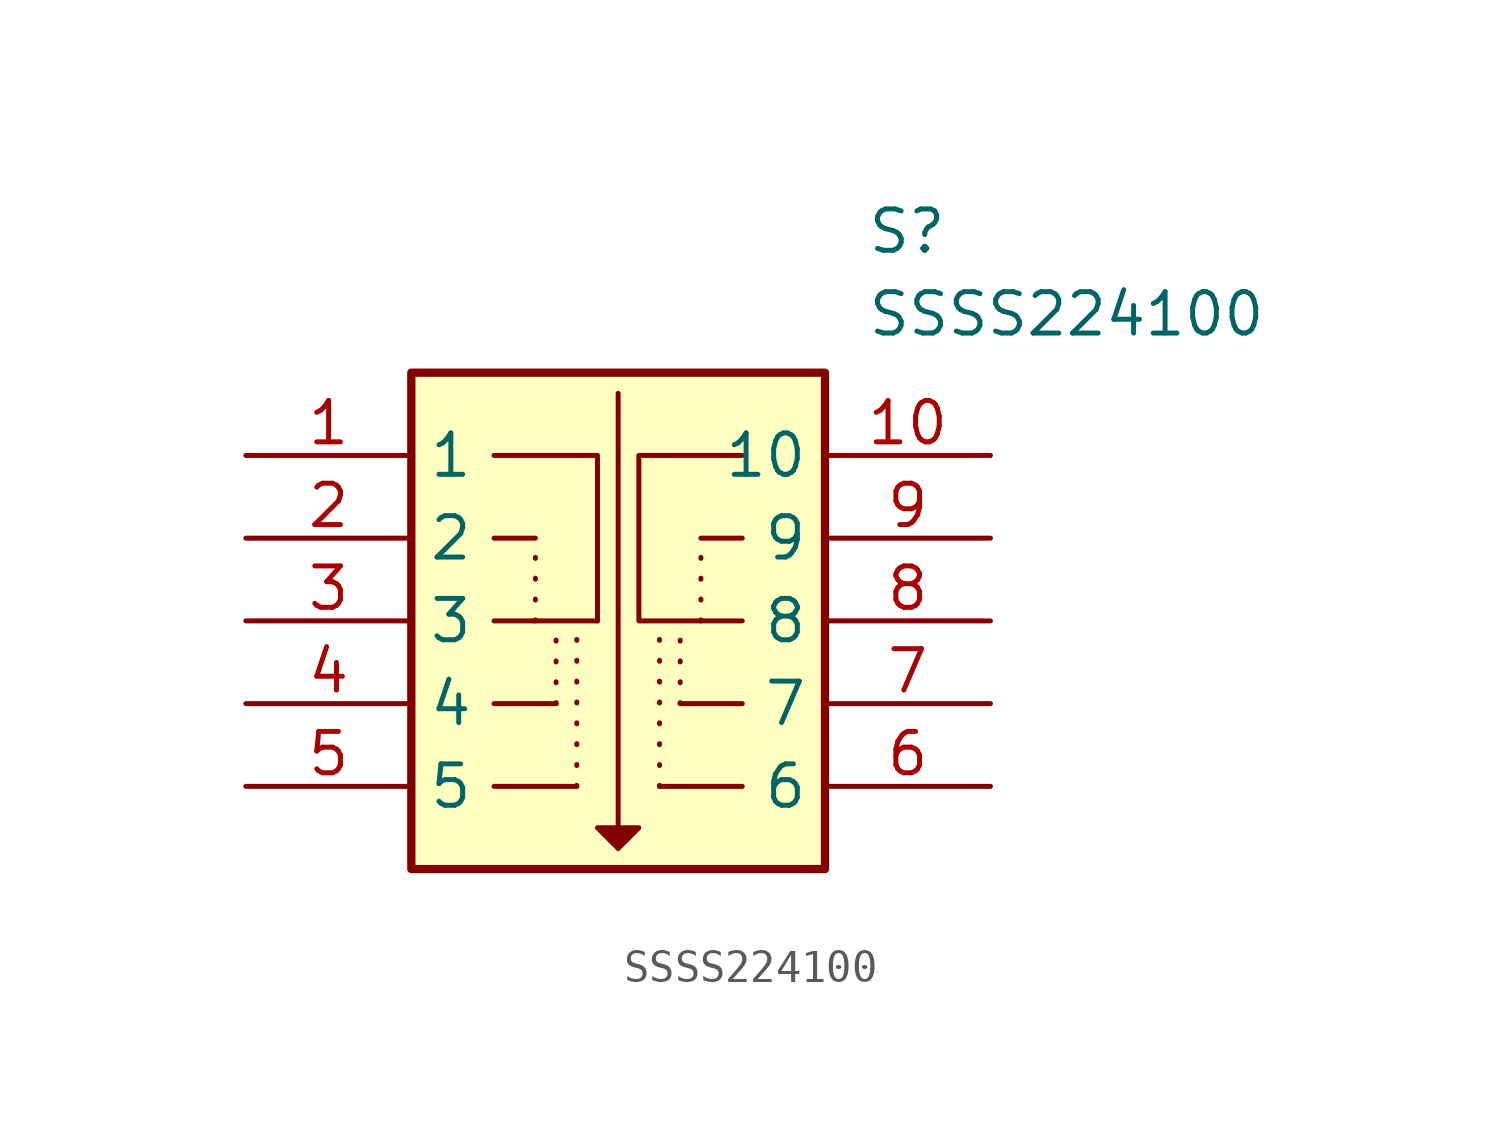
<source format=kicad_sym>
(kicad_symbol_lib
  (version 20220914)
  (generator kicad_symbol_editor)
  (symbol "SSSS224100"
    (property "Reference" "S"
      (at 19.05 7.62 0)
      (effects (font (size 1.27 1.27)) (justify left top)))
    (property "Value" "SSSS224100"
      (at 19.05 5.08 0)
      (effects (font (size 1.27 1.27)) (justify left top)))
    (symbol "SSSS224100_0_1"
      (polyline (pts (xy 7.62 -2.54) (xy 8.89 -2.54)) (stroke (width 0) (type default)) (fill (type none)))
      (polyline (pts (xy 7.62 0) (xy 10.795 0) (xy 10.795 -5.08)) (stroke (width 0) (type default)) (fill (type none))))
    (symbol "SSSS224100_1_1"
      (polyline (pts (xy 7.62 -10.16) (xy 10.16 -10.16)) (stroke (width 0) (type default)) (fill (type none)))
      (polyline (pts (xy 7.62 -7.62) (xy 9.525 -7.62)) (stroke (width 0) (type default)) (fill (type none)))
      (polyline (pts (xy 7.62 -5.08) (xy 10.795 -5.08)) (stroke (width 0) (type default)) (fill (type none)))
      (polyline (pts (xy 8.89 -5.08) (xy 8.89 -2.54)) (stroke (width 0) (type dot)) (fill (type none)))
      (polyline (pts (xy 9.525 -7.62) (xy 9.525 -5.08)) (stroke (width 0) (type dot)) (fill (type none)))
      (polyline (pts (xy 10.16 -10.16) (xy 10.16 -5.08)) (stroke (width 0) (type dot)) (fill (type none)))
      (polyline (pts (xy 11.43 1.905) (xy 11.43 -12.065)) (stroke (width 0) (type default)) (fill (type none)))
      (polyline (pts (xy 12.7 -10.16) (xy 12.7 -5.08)) (stroke (width 0) (type dot)) (fill (type none)))
      (polyline (pts (xy 12.7 -10.16) (xy 15.24 -10.16)) (stroke (width 0) (type default)) (fill (type none)))
      (polyline (pts (xy 13.335 -7.62) (xy 13.335 -5.08)) (stroke (width 0) (type dot)) (fill (type none)))
      (polyline (pts (xy 13.335 -7.62) (xy 15.24 -7.62)) (stroke (width 0) (type default)) (fill (type none)))
      (polyline (pts (xy 13.97 -5.08) (xy 13.97 -2.54)) (stroke (width 0) (type dot)) (fill (type none)))
      (polyline (pts (xy 13.97 -2.54) (xy 15.24 -2.54)) (stroke (width 0) (type default)) (fill (type none)))
      (polyline (pts (xy 11.43 -12.065) (xy 10.795 -11.43) (xy 12.065 -11.43) (xy 11.43 -12.065)) (stroke (width 0) (type default)) (fill (type outline)))
      (polyline (pts (xy 15.24 0) (xy 12.065 0) (xy 12.065 -5.08) (xy 15.24 -5.08)) (stroke (width 0) (type default)) (fill (type none)))
      (rectangle (start 5.08 2.54) (end 17.78 -12.7) (stroke (width 0.254) (type default)) (fill (type background)))
      (pin passive line (at 0 0 0) (length 5.08) (name "1" (effects (font (size 1.27 1.27)))) (number "1" (effects (font (size 1.27 1.27)))))
      (pin passive line (at 22.86 0 180) (length 5.08) (name "10" (effects (font (size 1.27 1.27)))) (number "10" (effects (font (size 1.27 1.27)))))
      (pin passive line (at 0 -2.54 0) (length 5.08) (name "2" (effects (font (size 1.27 1.27)))) (number "2" (effects (font (size 1.27 1.27)))))
      (pin passive line (at 0 -5.08 0) (length 5.08) (name "3" (effects (font (size 1.27 1.27)))) (number "3" (effects (font (size 1.27 1.27)))))
      (pin passive line (at 0 -7.62 0) (length 5.08) (name "4" (effects (font (size 1.27 1.27)))) (number "4" (effects (font (size 1.27 1.27)))))
      (pin passive line (at 0 -10.16 0) (length 5.08) (name "5" (effects (font (size 1.27 1.27)))) (number "5" (effects (font (size 1.27 1.27)))))
      (pin passive line (at 22.86 -10.16 180) (length 5.08) (name "6" (effects (font (size 1.27 1.27)))) (number "6" (effects (font (size 1.27 1.27)))))
      (pin passive line (at 22.86 -7.62 180) (length 5.08) (name "7" (effects (font (size 1.27 1.27)))) (number "7" (effects (font (size 1.27 1.27)))))
      (pin passive line (at 22.86 -5.08 180) (length 5.08) (name "8" (effects (font (size 1.27 1.27)))) (number "8" (effects (font (size 1.27 1.27)))))
      (pin passive line (at 22.86 -2.54 180) (length 5.08) (name "9" (effects (font (size 1.27 1.27)))) (number "9" (effects (font (size 1.27 1.27))))))))
</source>
